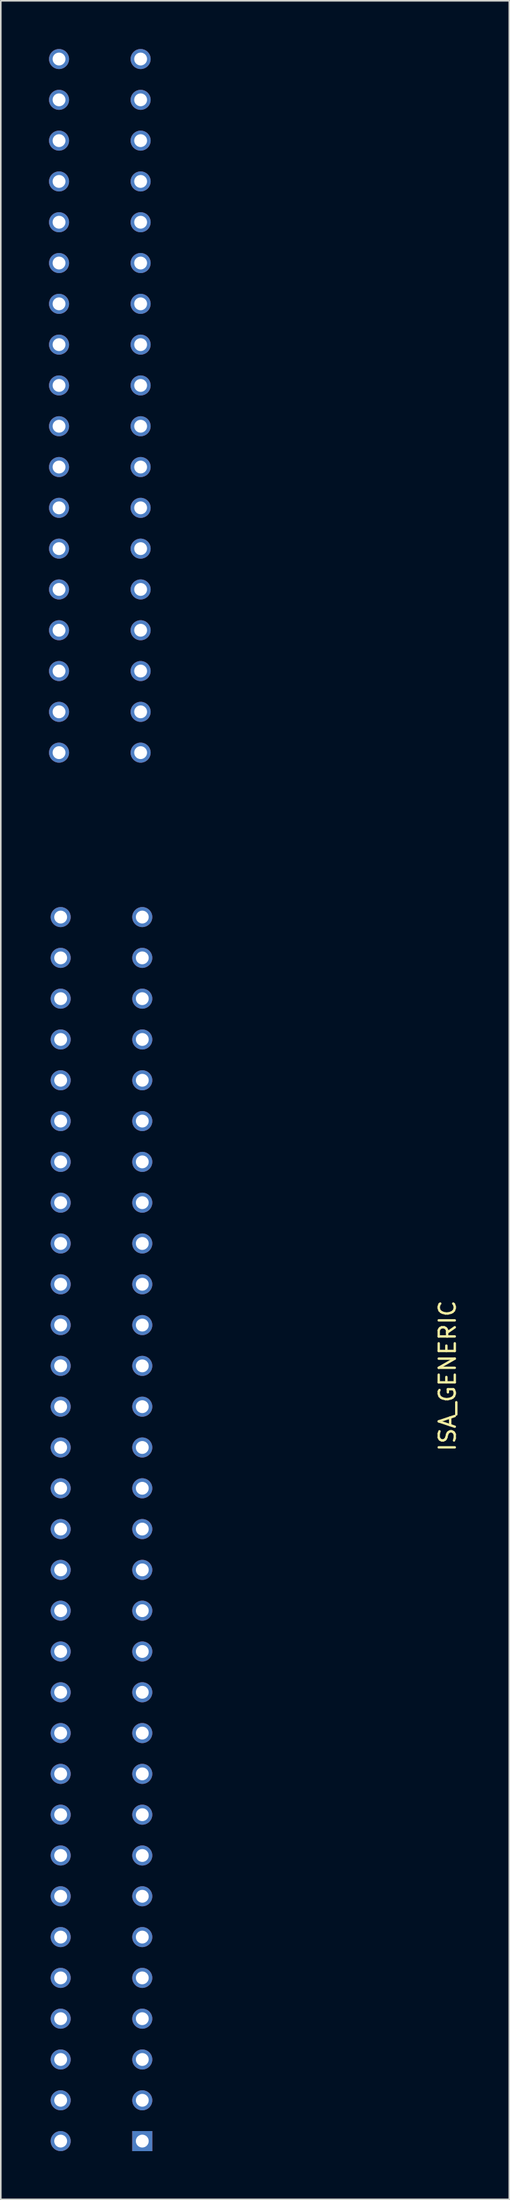
<source format=kicad_pcb>
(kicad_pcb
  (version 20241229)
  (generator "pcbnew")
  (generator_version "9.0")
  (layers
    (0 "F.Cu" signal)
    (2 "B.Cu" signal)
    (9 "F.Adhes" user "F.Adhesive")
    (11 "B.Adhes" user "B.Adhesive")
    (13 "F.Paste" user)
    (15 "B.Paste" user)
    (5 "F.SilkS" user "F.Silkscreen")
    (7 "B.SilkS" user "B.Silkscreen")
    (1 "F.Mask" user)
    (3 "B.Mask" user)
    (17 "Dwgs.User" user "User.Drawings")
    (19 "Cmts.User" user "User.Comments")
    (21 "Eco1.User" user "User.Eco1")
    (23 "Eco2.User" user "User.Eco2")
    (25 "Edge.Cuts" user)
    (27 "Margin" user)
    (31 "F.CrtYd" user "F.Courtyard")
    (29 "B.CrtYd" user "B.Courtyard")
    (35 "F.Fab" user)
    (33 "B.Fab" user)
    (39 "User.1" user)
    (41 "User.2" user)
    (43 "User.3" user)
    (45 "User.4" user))
  (footprint "ISA_GENERIC"
    (layer "F.Cu")
    (at 3.307 68.101)
    (property "Reference" "ISA_GENERIC" (at 21.5 14.5 90) (layer "F.SilkS") (effects (font (size 1 1) (thickness 0.15))))
    (attr through_hole)
    (pad "A1" thru_hole rect (at 2.5 62.14 90) (size 1.25 1.25) (drill 0.8) (layers "*.Cu" "*.Mask"))
    (pad "A2" thru_hole oval (at 2.5 59.6 90) (size 1.25 1.25) (drill 0.8) (layers "*.Cu" "*.Mask"))
    (pad "A3" thru_hole oval (at 2.5 57.06 90) (size 1.25 1.25) (drill 0.8) (layers "*.Cu" "*.Mask"))
    (pad "A4" thru_hole oval (at 2.5 54.52 90) (size 1.25 1.25) (drill 0.8) (layers "*.Cu" "*.Mask"))
    (pad "A5" thru_hole oval (at 2.5 51.98 90) (size 1.25 1.25) (drill 0.8) (layers "*.Cu" "*.Mask"))
    (pad "A6" thru_hole oval (at 2.5 49.44 90) (size 1.25 1.25) (drill 0.8) (layers "*.Cu" "*.Mask"))
    (pad "A7" thru_hole oval (at 2.5 46.9 90) (size 1.25 1.25) (drill 0.8) (layers "*.Cu" "*.Mask"))
    (pad "A8" thru_hole oval (at 2.5 44.36 90) (size 1.25 1.25) (drill 0.8) (layers "*.Cu" "*.Mask"))
    (pad "A9" thru_hole oval (at 2.5 41.82 90) (size 1.25 1.25) (drill 0.8) (layers "*.Cu" "*.Mask"))
    (pad "A10" thru_hole oval (at 2.5 39.28 90) (size 1.25 1.25) (drill 0.8) (layers "*.Cu" "*.Mask"))
    (pad "A11" thru_hole oval (at 2.5 36.74 90) (size 1.25 1.25) (drill 0.8) (layers "*.Cu" "*.Mask"))
    (pad "A12" thru_hole oval (at 2.5 34.2 90) (size 1.25 1.25) (drill 0.8) (layers "*.Cu" "*.Mask"))
    (pad "A13" thru_hole oval (at 2.5 31.66 90) (size 1.25 1.25) (drill 0.8) (layers "*.Cu" "*.Mask"))
    (pad "A14" thru_hole oval (at 2.5 29.12 90) (size 1.25 1.25) (drill 0.8) (layers "*.Cu" "*.Mask"))
    (pad "A15" thru_hole oval (at 2.5 26.58 90) (size 1.25 1.25) (drill 0.8) (layers "*.Cu" "*.Mask"))
    (pad "A16" thru_hole oval (at 2.5 24.04 90) (size 1.25 1.25) (drill 0.8) (layers "*.Cu" "*.Mask"))
    (pad "A17" thru_hole oval (at 2.5 21.5 90) (size 1.25 1.25) (drill 0.8) (layers "*.Cu" "*.Mask"))
    (pad "A18" thru_hole oval (at 2.5 18.96 90) (size 1.25 1.25) (drill 0.8) (layers "*.Cu" "*.Mask"))
    (pad "A19" thru_hole oval (at 2.5 16.42 90) (size 1.25 1.25) (drill 0.8) (layers "*.Cu" "*.Mask"))
    (pad "A20" thru_hole oval (at 2.5 13.88 90) (size 1.25 1.25) (drill 0.8) (layers "*.Cu" "*.Mask"))
    (pad "A21" thru_hole oval (at 2.5 11.34 90) (size 1.25 1.25) (drill 0.8) (layers "*.Cu" "*.Mask"))
    (pad "A22" thru_hole oval (at 2.5 8.8 90) (size 1.25 1.25) (drill 0.8) (layers "*.Cu" "*.Mask"))
    (pad "A23" thru_hole oval (at 2.5 6.26 90) (size 1.25 1.25) (drill 0.8) (layers "*.Cu" "*.Mask"))
    (pad "A24" thru_hole oval (at 2.5 3.72 90) (size 1.25 1.25) (drill 0.8) (layers "*.Cu" "*.Mask"))
    (pad "A25" thru_hole oval (at 2.5 1.18 90) (size 1.25 1.25) (drill 0.8) (layers "*.Cu" "*.Mask"))
    (pad "A26" thru_hole oval (at 2.5 -1.36 90) (size 1.25 1.25) (drill 0.8) (layers "*.Cu" "*.Mask"))
    (pad "A27" thru_hole oval (at 2.5 -3.9 90) (size 1.25 1.25) (drill 0.8) (layers "*.Cu" "*.Mask"))
    (pad "A28" thru_hole oval (at 2.5 -6.44 90) (size 1.25 1.25) (drill 0.8) (layers "*.Cu" "*.Mask"))
    (pad "A29" thru_hole oval (at 2.5 -8.98 90) (size 1.25 1.25) (drill 0.8) (layers "*.Cu" "*.Mask"))
    (pad "A30" thru_hole oval (at 2.5 -11.52 90) (size 1.25 1.25) (drill 0.8) (layers "*.Cu" "*.Mask"))
    (pad "A31" thru_hole oval (at 2.5 -14.06 90) (size 1.25 1.25) (drill 0.8) (layers "*.Cu" "*.Mask"))
    (pad "B1" thru_hole oval (at -2.58 62.14 90) (size 1.25 1.25) (drill 0.8) (layers "*.Cu" "*.Mask"))
    (pad "B2" thru_hole oval (at -2.58 59.6 90) (size 1.25 1.25) (drill 0.8) (layers "*.Cu" "*.Mask"))
    (pad "B3" thru_hole oval (at -2.58 57.06 90) (size 1.25 1.25) (drill 0.8) (layers "*.Cu" "*.Mask"))
    (pad "B4" thru_hole oval (at -2.58 54.52 90) (size 1.25 1.25) (drill 0.8) (layers "*.Cu" "*.Mask"))
    (pad "B5" thru_hole oval (at -2.58 51.98 90) (size 1.25 1.25) (drill 0.8) (layers "*.Cu" "*.Mask"))
    (pad "B6" thru_hole oval (at -2.58 49.44 90) (size 1.25 1.25) (drill 0.8) (layers "*.Cu" "*.Mask"))
    (pad "B7" thru_hole oval (at -2.58 46.9 90) (size 1.25 1.25) (drill 0.8) (layers "*.Cu" "*.Mask"))
    (pad "B8" thru_hole oval (at -2.58 44.36 90) (size 1.25 1.25) (drill 0.8) (layers "*.Cu" "*.Mask"))
    (pad "B9" thru_hole oval (at -2.58 41.82 90) (size 1.25 1.25) (drill 0.8) (layers "*.Cu" "*.Mask"))
    (pad "B10" thru_hole oval (at -2.58 39.28 90) (size 1.25 1.25) (drill 0.8) (layers "*.Cu" "*.Mask"))
    (pad "B11" thru_hole oval (at -2.58 36.74 90) (size 1.25 1.25) (drill 0.8) (layers "*.Cu" "*.Mask"))
    (pad "B12" thru_hole oval (at -2.58 34.2 90) (size 1.25 1.25) (drill 0.8) (layers "*.Cu" "*.Mask"))
    (pad "B13" thru_hole oval (at -2.58 31.66 90) (size 1.25 1.25) (drill 0.8) (layers "*.Cu" "*.Mask"))
    (pad "B14" thru_hole oval (at -2.58 29.12 90) (size 1.25 1.25) (drill 0.8) (layers "*.Cu" "*.Mask"))
    (pad "B15" thru_hole oval (at -2.58 26.58 90) (size 1.25 1.25) (drill 0.8) (layers "*.Cu" "*.Mask"))
    (pad "B16" thru_hole oval (at -2.58 24.04 90) (size 1.25 1.25) (drill 0.8) (layers "*.Cu" "*.Mask"))
    (pad "B17" thru_hole oval (at -2.58 21.5 90) (size 1.25 1.25) (drill 0.8) (layers "*.Cu" "*.Mask"))
    (pad "B18" thru_hole oval (at -2.58 18.96 90) (size 1.25 1.25) (drill 0.8) (layers "*.Cu" "*.Mask"))
    (pad "B19" thru_hole oval (at -2.58 16.42 90) (size 1.25 1.25) (drill 0.8) (layers "*.Cu" "*.Mask"))
    (pad "B20" thru_hole oval (at -2.58 13.88 90) (size 1.25 1.25) (drill 0.8) (layers "*.Cu" "*.Mask"))
    (pad "B21" thru_hole oval (at -2.58 11.34 90) (size 1.25 1.25) (drill 0.8) (layers "*.Cu" "*.Mask"))
    (pad "B22" thru_hole oval (at -2.58 8.8 90) (size 1.25 1.25) (drill 0.8) (layers "*.Cu" "*.Mask"))
    (pad "B23" thru_hole oval (at -2.58 6.26 90) (size 1.25 1.25) (drill 0.8) (layers "*.Cu" "*.Mask"))
    (pad "B24" thru_hole oval (at -2.58 3.72 90) (size 1.25 1.25) (drill 0.8) (layers "*.Cu" "*.Mask"))
    (pad "B25" thru_hole oval (at -2.58 1.18 90) (size 1.25 1.25) (drill 0.8) (layers "*.Cu" "*.Mask"))
    (pad "B26" thru_hole oval (at -2.58 -1.36 90) (size 1.25 1.25) (drill 0.8) (layers "*.Cu" "*.Mask"))
    (pad "B27" thru_hole oval (at -2.58 -3.9 90) (size 1.25 1.25) (drill 0.8) (layers "*.Cu" "*.Mask"))
    (pad "B28" thru_hole oval (at -2.58 -6.44 90) (size 1.25 1.25) (drill 0.8) (layers "*.Cu" "*.Mask"))
    (pad "B29" thru_hole oval (at -2.58 -8.98 90) (size 1.25 1.25) (drill 0.8) (layers "*.Cu" "*.Mask"))
    (pad "B30" thru_hole oval (at -2.58 -11.52 90) (size 1.25 1.25) (drill 0.8) (layers "*.Cu" "*.Mask"))
    (pad "B31" thru_hole oval (at -2.58 -14.06 90) (size 1.25 1.25) (drill 0.8) (layers "*.Cu" "*.Mask"))
    (pad "C1" thru_hole oval (at 2.398 -24.296 90) (size 1.25 1.25) (drill 0.8) (layers "*.Cu" "*.Mask"))
    (pad "C2" thru_hole oval (at 2.398 -26.836 90) (size 1.25 1.25) (drill 0.8) (layers "*.Cu" "*.Mask"))
    (pad "C3" thru_hole oval (at 2.398 -29.376 90) (size 1.25 1.25) (drill 0.8) (layers "*.Cu" "*.Mask"))
    (pad "C4" thru_hole oval (at 2.398 -31.916 90) (size 1.25 1.25) (drill 0.8) (layers "*.Cu" "*.Mask"))
    (pad "C5" thru_hole oval (at 2.398 -34.456 90) (size 1.25 1.25) (drill 0.8) (layers "*.Cu" "*.Mask"))
    (pad "C6" thru_hole oval (at 2.398 -36.996 90) (size 1.25 1.25) (drill 0.8) (layers "*.Cu" "*.Mask"))
    (pad "C7" thru_hole oval (at 2.398 -39.536 90) (size 1.25 1.25) (drill 0.8) (layers "*.Cu" "*.Mask"))
    (pad "C8" thru_hole oval (at 2.398 -42.076 90) (size 1.25 1.25) (drill 0.8) (layers "*.Cu" "*.Mask"))
    (pad "C9" thru_hole oval (at 2.398 -44.616 90) (size 1.25 1.25) (drill 0.8) (layers "*.Cu" "*.Mask"))
    (pad "C10" thru_hole oval (at 2.398 -47.156 90) (size 1.25 1.25) (drill 0.8) (layers "*.Cu" "*.Mask"))
    (pad "C11" thru_hole oval (at 2.398 -49.696 90) (size 1.25 1.25) (drill 0.8) (layers "*.Cu" "*.Mask"))
    (pad "C12" thru_hole oval (at 2.398 -52.236 90) (size 1.25 1.25) (drill 0.8) (layers "*.Cu" "*.Mask"))
    (pad "C13" thru_hole oval (at 2.398 -54.776 90) (size 1.25 1.25) (drill 0.8) (layers "*.Cu" "*.Mask"))
    (pad "C14" thru_hole oval (at 2.398 -57.316 90) (size 1.25 1.25) (drill 0.8) (layers "*.Cu" "*.Mask"))
    (pad "C15" thru_hole oval (at 2.398 -59.856 90) (size 1.25 1.25) (drill 0.8) (layers "*.Cu" "*.Mask"))
    (pad "C16" thru_hole oval (at 2.398 -62.396 90) (size 1.25 1.25) (drill 0.8) (layers "*.Cu" "*.Mask"))
    (pad "C17" thru_hole oval (at 2.398 -64.936 90) (size 1.25 1.25) (drill 0.8) (layers "*.Cu" "*.Mask"))
    (pad "C18" thru_hole oval (at 2.398 -67.476 90) (size 1.25 1.25) (drill 0.8) (layers "*.Cu" "*.Mask"))
    (pad "D1" thru_hole oval (at -2.682 -24.296 90) (size 1.25 1.25) (drill 0.8) (layers "*.Cu" "*.Mask"))
    (pad "D2" thru_hole oval (at -2.682 -26.836 90) (size 1.25 1.25) (drill 0.8) (layers "*.Cu" "*.Mask"))
    (pad "D3" thru_hole oval (at -2.682 -29.376 90) (size 1.25 1.25) (drill 0.8) (layers "*.Cu" "*.Mask"))
    (pad "D4" thru_hole oval (at -2.682 -31.916 90) (size 1.25 1.25) (drill 0.8) (layers "*.Cu" "*.Mask"))
    (pad "D5" thru_hole oval (at -2.682 -34.456 90) (size 1.25 1.25) (drill 0.8) (layers "*.Cu" "*.Mask"))
    (pad "D6" thru_hole oval (at -2.682 -36.996 90) (size 1.25 1.25) (drill 0.8) (layers "*.Cu" "*.Mask"))
    (pad "D7" thru_hole oval (at -2.682 -39.536 90) (size 1.25 1.25) (drill 0.8) (layers "*.Cu" "*.Mask"))
    (pad "D8" thru_hole oval (at -2.682 -42.076 90) (size 1.25 1.25) (drill 0.8) (layers "*.Cu" "*.Mask"))
    (pad "D9" thru_hole oval (at -2.682 -44.616 90) (size 1.25 1.25) (drill 0.8) (layers "*.Cu" "*.Mask"))
    (pad "D10" thru_hole oval (at -2.682 -47.156 90) (size 1.25 1.25) (drill 0.8) (layers "*.Cu" "*.Mask"))
    (pad "D11" thru_hole oval (at -2.682 -49.696 90) (size 1.25 1.25) (drill 0.8) (layers "*.Cu" "*.Mask"))
    (pad "D12" thru_hole oval (at -2.682 -52.236 90) (size 1.25 1.25) (drill 0.8) (layers "*.Cu" "*.Mask"))
    (pad "D13" thru_hole oval (at -2.682 -54.776 90) (size 1.25 1.25) (drill 0.8) (layers "*.Cu" "*.Mask"))
    (pad "D14" thru_hole oval (at -2.682 -57.316 90) (size 1.25 1.25) (drill 0.8) (layers "*.Cu" "*.Mask"))
    (pad "D15" thru_hole oval (at -2.682 -59.856 90) (size 1.25 1.25) (drill 0.8) (layers "*.Cu" "*.Mask"))
    (pad "D16" thru_hole oval (at -2.682 -62.396 90) (size 1.25 1.25) (drill 0.8) (layers "*.Cu" "*.Mask"))
    (pad "D17" thru_hole oval (at -2.682 -64.936 90) (size 1.25 1.25) (drill 0.8) (layers "*.Cu" "*.Mask"))
    (pad "D18" thru_hole oval (at -2.682 -67.476 90) (size 1.25 1.25) (drill 0.8) (layers "*.Cu" "*.Mask")))
  (gr_rect
    (start -3 -3)
    (end 28.655 133.866)
    (stroke (width 0.1) (type default))
    (fill no)
    (layer "Edge.Cuts")))
</source>
